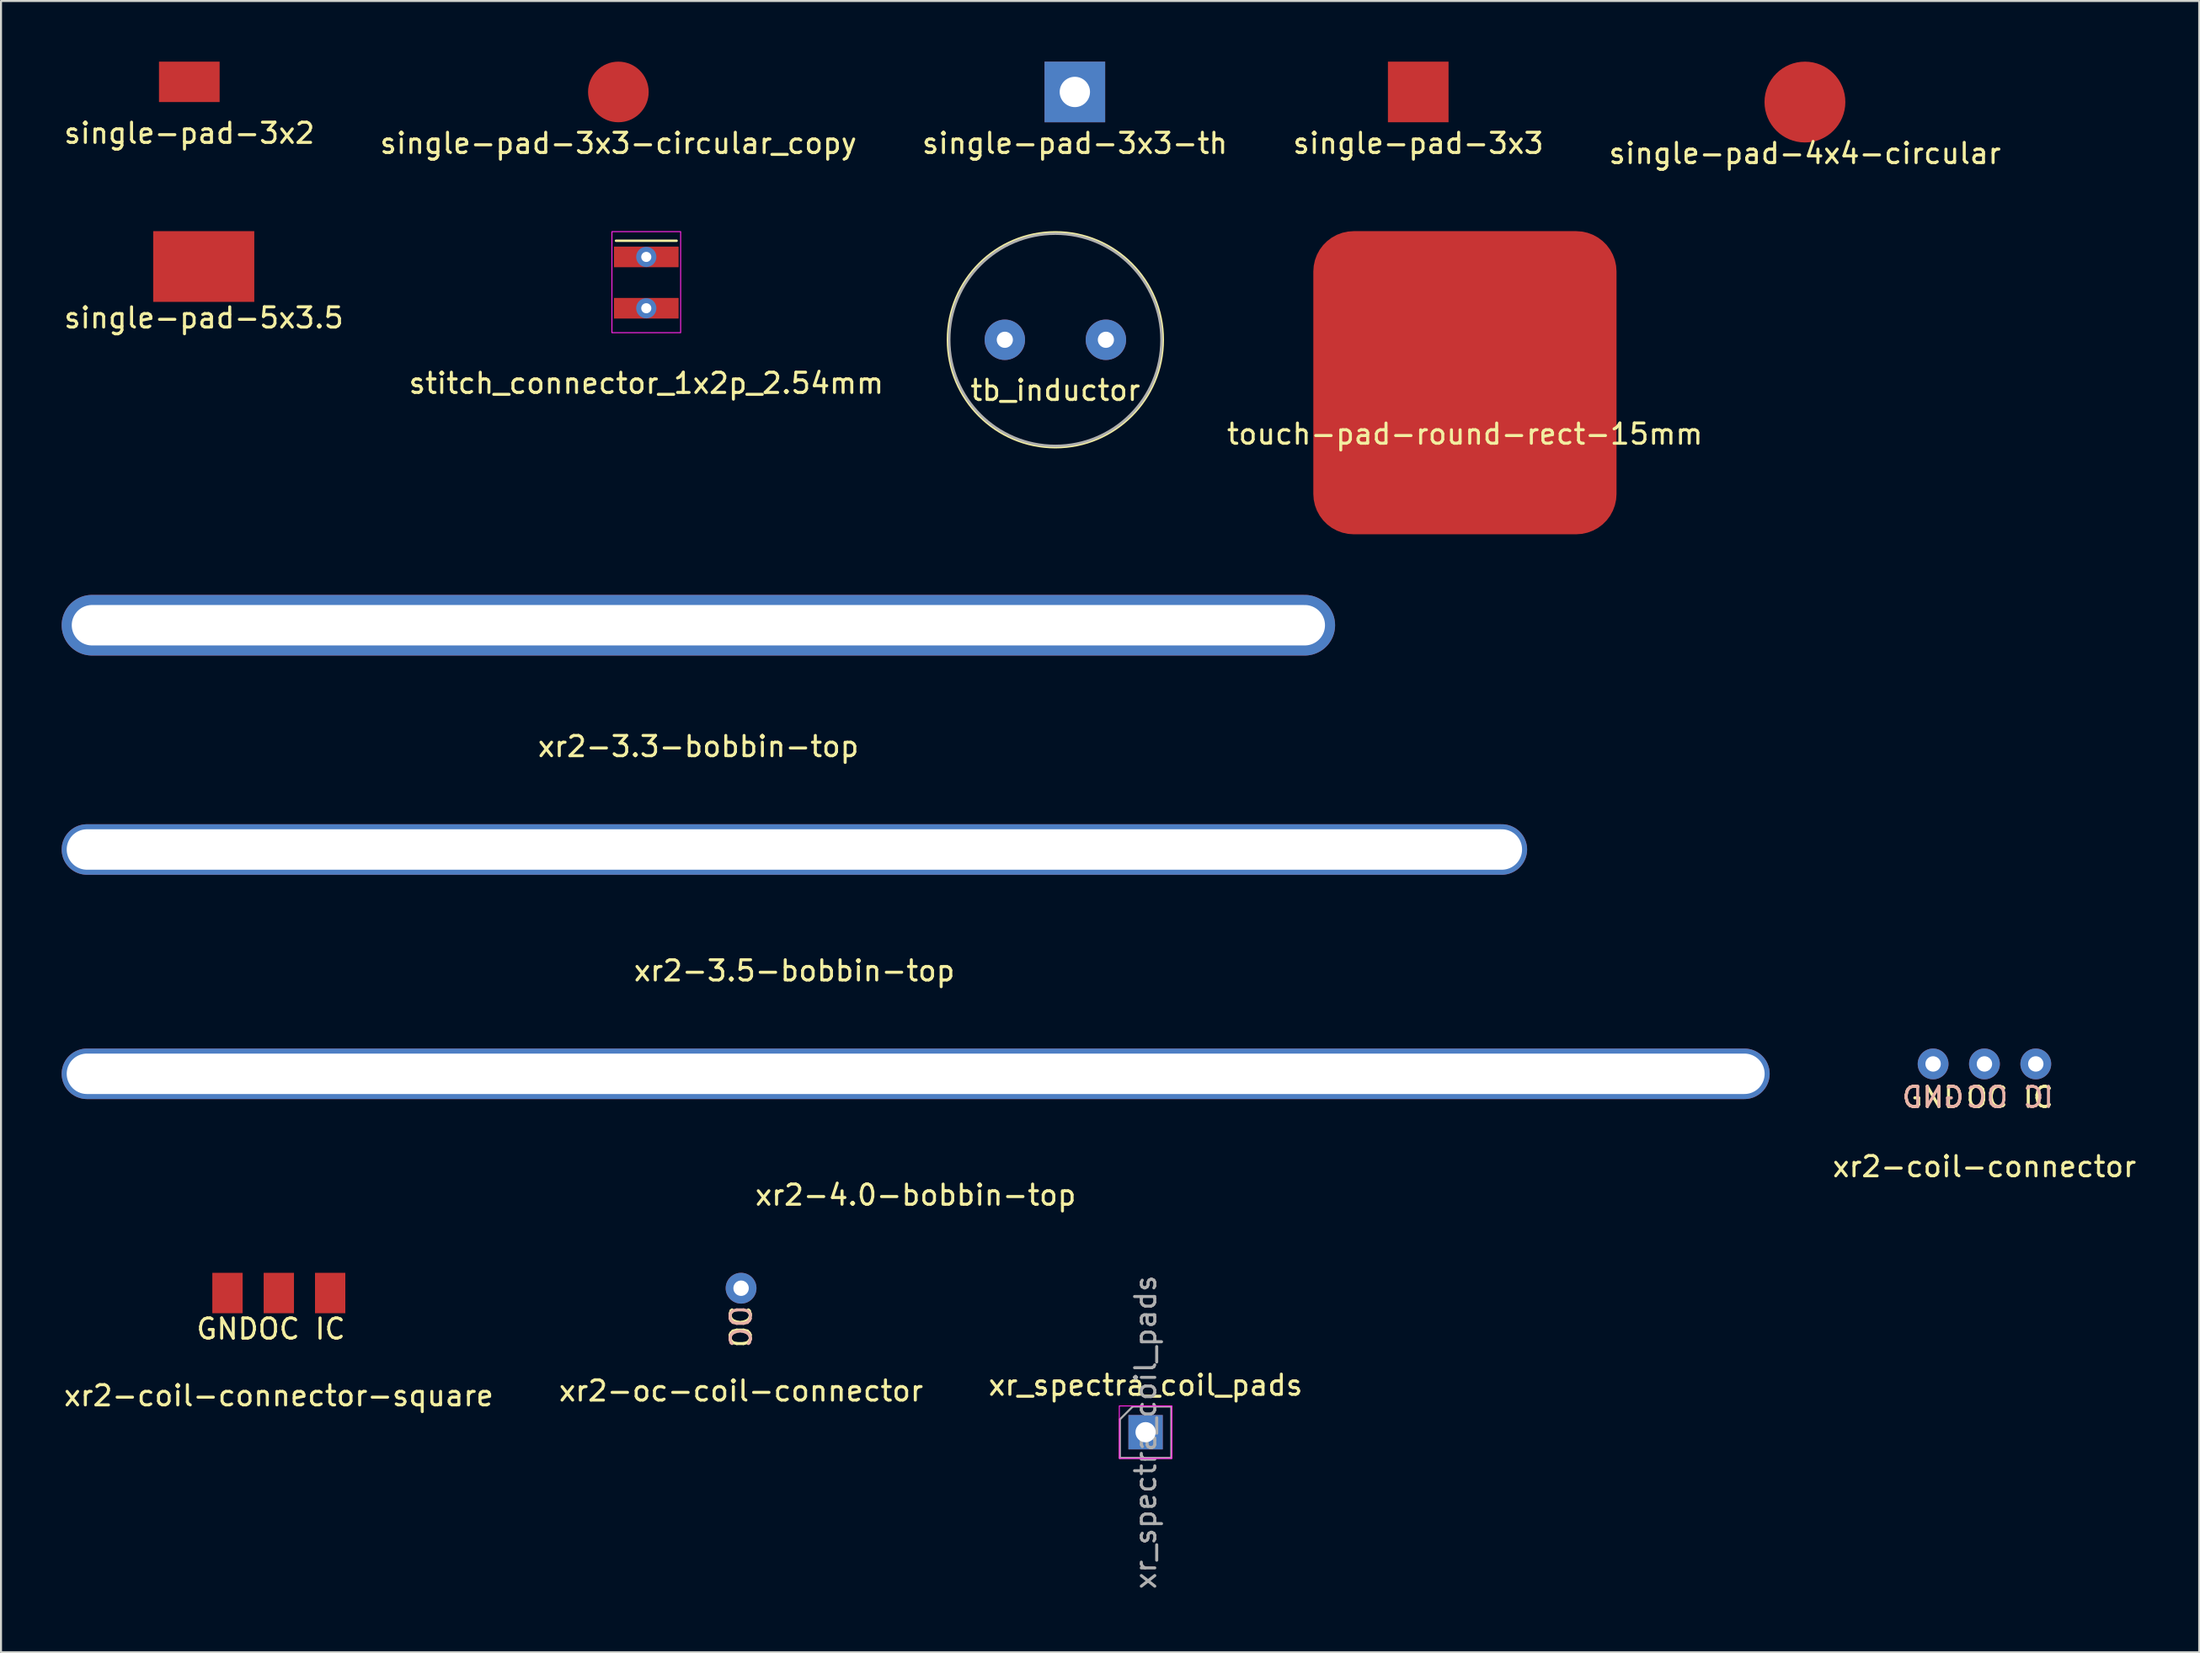
<source format=kicad_pcb>
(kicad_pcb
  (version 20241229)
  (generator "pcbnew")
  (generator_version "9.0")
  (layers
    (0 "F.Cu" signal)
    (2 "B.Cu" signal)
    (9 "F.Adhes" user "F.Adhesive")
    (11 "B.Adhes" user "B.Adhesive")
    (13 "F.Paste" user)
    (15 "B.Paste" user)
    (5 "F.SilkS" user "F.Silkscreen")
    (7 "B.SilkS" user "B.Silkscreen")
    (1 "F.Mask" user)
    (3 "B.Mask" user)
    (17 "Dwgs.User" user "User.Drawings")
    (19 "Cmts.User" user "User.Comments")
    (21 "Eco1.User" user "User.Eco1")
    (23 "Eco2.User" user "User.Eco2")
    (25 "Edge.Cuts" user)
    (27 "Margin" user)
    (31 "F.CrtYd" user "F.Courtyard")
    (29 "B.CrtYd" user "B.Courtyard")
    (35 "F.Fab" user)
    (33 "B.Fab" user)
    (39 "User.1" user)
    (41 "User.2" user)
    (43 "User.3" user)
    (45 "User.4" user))
  (footprint "single-pad-3x2"
    (layer "F.Cu")
    (at 6.315 1)
    (property "Reference" "single-pad-3x2" (at 0 2.54 0) (layer "F.SilkS") (effects (font (size 1 1) (thickness 0.15))))
    (attr through_hole)
    (pad "1" smd rect (at 0 0) (size 3 2) (layers "F.Cu" "F.Mask" "F.Paste")))
  (footprint "single-pad-5x3.5"
    (layer "F.Cu")
    (at 7.03 10.138)
    (property "Reference" "single-pad-5x3.5" (at 0 2.54 0) (layer "F.SilkS") (effects (font (size 1 1) (thickness 0.15))))
    (attr through_hole)
    (pad "1" smd rect (at 0 0) (size 5 3.5) (layers "F.Cu" "F.Mask" "F.Paste")))
  (footprint "xr2-3.3-bobbin-top"
    (layer "F.Cu")
    (at 31.5 27.888)
    (property "Reference" "xr2-3.3-bobbin-top" (at 0 6 0) (layer "F.SilkS") (effects (font (size 1 1) (thickness 0.15))))
    (attr through_hole)
    (pad "1" thru_hole oval (at 0 0) (size 63 3) (drill oval 62 2) (layers "*.Cu" "*.Mask")))
  (footprint "touch-pad-round-rect-15mm"
    (layer "F.Cu")
    (at 69.423 15.888)
    (property "Reference" "touch-pad-round-rect-15mm" (at 0 2.54 0) (layer "F.SilkS") (effects (font (size 1 1) (thickness 0.15))))
    (attr smd)
    (pad "1" smd roundrect (at 0 0) (size 15 15) (layers "F.Cu") (roundrect_rratio 0.133)))
  (footprint "xr2-coil-connector-square"
    (layer "F.Cu")
    (at 10.744 60.933)
    (property "Reference" "xr2-coil-connector-square" (at 0 5.08 0) (layer "F.SilkS") (effects (font (size 1 1) (thickness 0.15))))
    (attr through_hole)
    (fp_text user "IC" (at 2.54 1.778 180) (layer "F.SilkS") (effects (font (size 1 1) (thickness 0.15))))
    (fp_text user "OC" (at 0 1.778 180) (layer "F.SilkS") (effects (font (size 1 1) (thickness 0.15))))
    (fp_text user "GND" (at -2.54 1.778 180) (layer "F.SilkS") (effects (font (size 1 1) (thickness 0.15))))
    (pad "1" smd rect (at -2.54 0) (size 1.5 2) (layers "F.Cu" "F.Mask" "F.Paste"))
    (pad "2" smd rect (at 0 0) (size 1.5 2) (layers "F.Cu" "F.Mask" "F.Paste"))
    (pad "3" smd rect (at 2.54 0) (size 1.5 2) (layers "F.Cu" "F.Mask" "F.Paste")))
  (footprint "single-pad-3x3-th"
    (layer "F.Cu")
    (at 50.125 1.5)
    (property "Reference" "single-pad-3x3-th" (at 0 2.54 0) (layer "F.SilkS") (effects (font (size 1 1) (thickness 0.15))))
    (attr through_hole)
    (pad "1" thru_hole rect (at 0 0) (size 3 3) (drill 1.5) (layers "*.Cu" "*.Mask")))
  (footprint "stitch_connector_1x2p_2.54mm"
    (layer "F.Cu")
    (at 28.923 9.663)
    (property "Reference" "stitch_connector_1x2p_2.54mm" (at 0 6.25 0) (layer "F.SilkS") (effects (font (size 1 1) (thickness 0.15))))
    (attr through_hole)
    (fp_line (start -1.5 -0.8) (end 1.5 -0.8) (stroke (width 0.12) (type solid)) (layer "F.SilkS"))
    (fp_rect (start -1.7 -1.25) (end 1.7 3.75) (stroke (width 0.05) (type default)) (fill no) (layer "F.CrtYd"))
    (pad "1" thru_hole circle (at 0 0) (size 1 1) (drill 0.5) (layers "*.Cu" "*.Mask"))
    (pad "1" connect rect (at 0 0) (size 3.2 1.02) (layers "F.Cu" "F.Mask"))
    (pad "2" thru_hole circle (at 0 2.54) (size 1 1) (drill 0.5) (layers "*.Cu" "*.Mask"))
    (pad "2" connect rect (at 0 2.54) (size 3.2 1.02) (layers "F.Cu" "F.Mask")))
  (footprint "xr2-3.5-bobbin-top"
    (layer "F.Cu")
    (at 36.25 38.986)
    (property "Reference" "xr2-3.5-bobbin-top" (at 0 6 0) (layer "F.SilkS") (effects (font (size 1 1) (thickness 0.15))))
    (attr through_hole)
    (pad "1" thru_hole oval (at 0 0) (size 72.5 2.5) (drill oval 72 2) (layers "*.Cu" "*.Mask")))
  (footprint "xr2-4.0-bobbin-top"
    (layer "F.Cu")
    (at 42.25 50.085)
    (property "Reference" "xr2-4.0-bobbin-top" (at 0 6 0) (layer "F.SilkS") (effects (font (size 1 1) (thickness 0.15))))
    (attr through_hole)
    (pad "1" thru_hole oval (at 0 0) (size 84.5 2.5) (drill oval 84 2) (layers "*.Cu" "*.Mask")))
  (footprint "single-pad-4x4-circular"
    (layer "F.Cu")
    (at 86.244 2)
    (property "Reference" "single-pad-4x4-circular" (at 0 2.54 0) (layer "F.SilkS") (effects (font (size 1 1) (thickness 0.15))))
    (attr smd)
    (pad "1" smd circle (at 0 0) (size 4 4) (layers "F.Cu" "F.Mask" "F.Paste")))
  (footprint "xr2-oc-coil-connector"
    (layer "F.Cu")
    (at 33.613 60.695)
    (property "Reference" "xr2-oc-coil-connector" (at 0 5.08 0) (layer "F.SilkS") (effects (font (size 1 1) (thickness 0.15))))
    (attr through_hole)
    (fp_text user "OC" (at 0 1.905 90) (layer "F.SilkS") (effects (font (size 1 1) (thickness 0.15))))
    (fp_text user "OC" (at 0 1.905 90) (layer "B.SilkS") (effects (font (size 1 1) (thickness 0.15)) (justify mirror)))
    (pad "1" thru_hole circle (at 0 0) (size 1.524 1.524) (drill 0.762) (layers "*.Cu" "*.Mask")))
  (footprint "single-pad-3x3-circular_copy"
    (layer "F.Cu")
    (at 27.542 1.5)
    (property "Reference" "single-pad-3x3-circular_copy" (at 0 2.54 0) (layer "F.SilkS") (effects (font (size 1 1) (thickness 0.15))))
    (attr through_hole)
    (pad "1" smd circle (at 0 0) (size 3 3) (layers "F.Cu" "F.Mask" "F.Paste")))
  (footprint "xr_spectra_coil_pads"
    (layer "F.Cu")
    (at 53.625 67.82)
    (property "Reference" "xr_spectra_coil_pads" (at 0 -2.33 0) (layer "F.SilkS") (effects (font (size 1 1) (thickness 0.15))))
    (attr through_hole)
    (fp_rect (start -1.3 -1.3) (end 1.3 1.3) (stroke (width 0.05) (type default)) (fill no) (layer "F.CrtYd"))
    (fp_line (start -1.27 -0.635) (end -0.635 -1.27) (stroke (width 0.1) (type solid)) (layer "F.Fab"))
    (fp_line (start -1.27 1.27) (end -1.27 -0.635) (stroke (width 0.1) (type solid)) (layer "F.Fab"))
    (fp_line (start -0.635 -1.27) (end 1.27 -1.27) (stroke (width 0.1) (type solid)) (layer "F.Fab"))
    (fp_line (start 1.27 -1.27) (end 1.27 1.27) (stroke (width 0.1) (type solid)) (layer "F.Fab"))
    (fp_line (start 1.27 1.27) (end -1.27 1.27) (stroke (width 0.1) (type solid)) (layer "F.Fab"))
    (fp_text user "${REFERENCE}" (at 0 0 90) (layer "F.Fab") (effects (font (size 1 1) (thickness 0.15))))
    (pad "1" thru_hole rect (at 0 0) (size 1.7 1.7) (drill 1) (layers "*.Cu" "*.Mask")))
  (footprint "xr2-coil-connector"
    (layer "F.Cu")
    (at 95.125 49.597)
    (property "Reference" "xr2-coil-connector" (at 0 5.08 0) (layer "F.SilkS") (effects (font (size 1 1) (thickness 0.15))))
    (attr through_hole)
    (fp_text user "GND" (at -2.54 1.651 180) (layer "F.SilkS") (effects (font (size 1 1) (thickness 0.15))))
    (fp_text user "IC" (at 2.667 1.651 180) (layer "F.SilkS") (effects (font (size 1 1) (thickness 0.15))))
    (fp_text user "OC" (at 0.127 1.651 180) (layer "F.SilkS") (effects (font (size 1 1) (thickness 0.15))))
    (fp_text user "OC" (at 0.127 1.651 180) (layer "B.SilkS") (effects (font (size 1 1) (thickness 0.15)) (justify mirror)))
    (fp_text user "GND" (at -2.54 1.651 180) (layer "B.SilkS") (effects (font (size 1 1) (thickness 0.15)) (justify mirror)))
    (fp_text user "IC" (at 2.667 1.651 180) (layer "B.SilkS") (effects (font (size 1 1) (thickness 0.15)) (justify mirror)))
    (pad "1" thru_hole circle (at -2.54 0) (size 1.524 1.524) (drill 0.762) (layers "*.Cu" "*.Mask"))
    (pad "2" thru_hole circle (at 0 0) (size 1.524 1.524) (drill 0.762) (layers "*.Cu" "*.Mask"))
    (pad "3" thru_hole circle (at 2.54 0) (size 1.524 1.524) (drill 0.762) (layers "*.Cu" "*.Mask")))
  (footprint "tb_inductor"
    (layer "F.Cu")
    (at 49.161 13.763)
    (property "Reference" "tb_inductor" (at 0 2.5 0) (layer "F.SilkS") (effects (font (size 1 1) (thickness 0.15))))
    (attr through_hole)
    (fp_circle (center 0 0) (end 3.5 4) (stroke (width 0.12) (type solid)) (fill no) (layer "F.SilkS"))
    (fp_circle (center 0 0) (end 5.25 0) (stroke (width 0.12) (type solid)) (fill no) (layer "F.Fab"))
    (pad "1" thru_hole circle (at -2.5 0) (size 2 2) (drill 0.8) (layers "*.Cu" "*.Mask"))
    (pad "2" thru_hole circle (at 2.5 0) (size 2 2) (drill 0.8) (layers "*.Cu" "*.Mask")))
  (footprint "single-pad-3x3"
    (layer "F.Cu")
    (at 67.113 1.5)
    (property "Reference" "single-pad-3x3" (at 0 2.54 0) (layer "F.SilkS") (effects (font (size 1 1) (thickness 0.15))))
    (attr through_hole)
    (pad "1" smd rect (at 0 0) (size 3 3) (layers "F.Cu" "F.Mask" "F.Paste")))
  (gr_rect
    (start -3 -3)
    (end 105.75 78.707)
    (stroke (width 0.1) (type default))
    (fill no)
    (layer "Edge.Cuts")))
</source>
